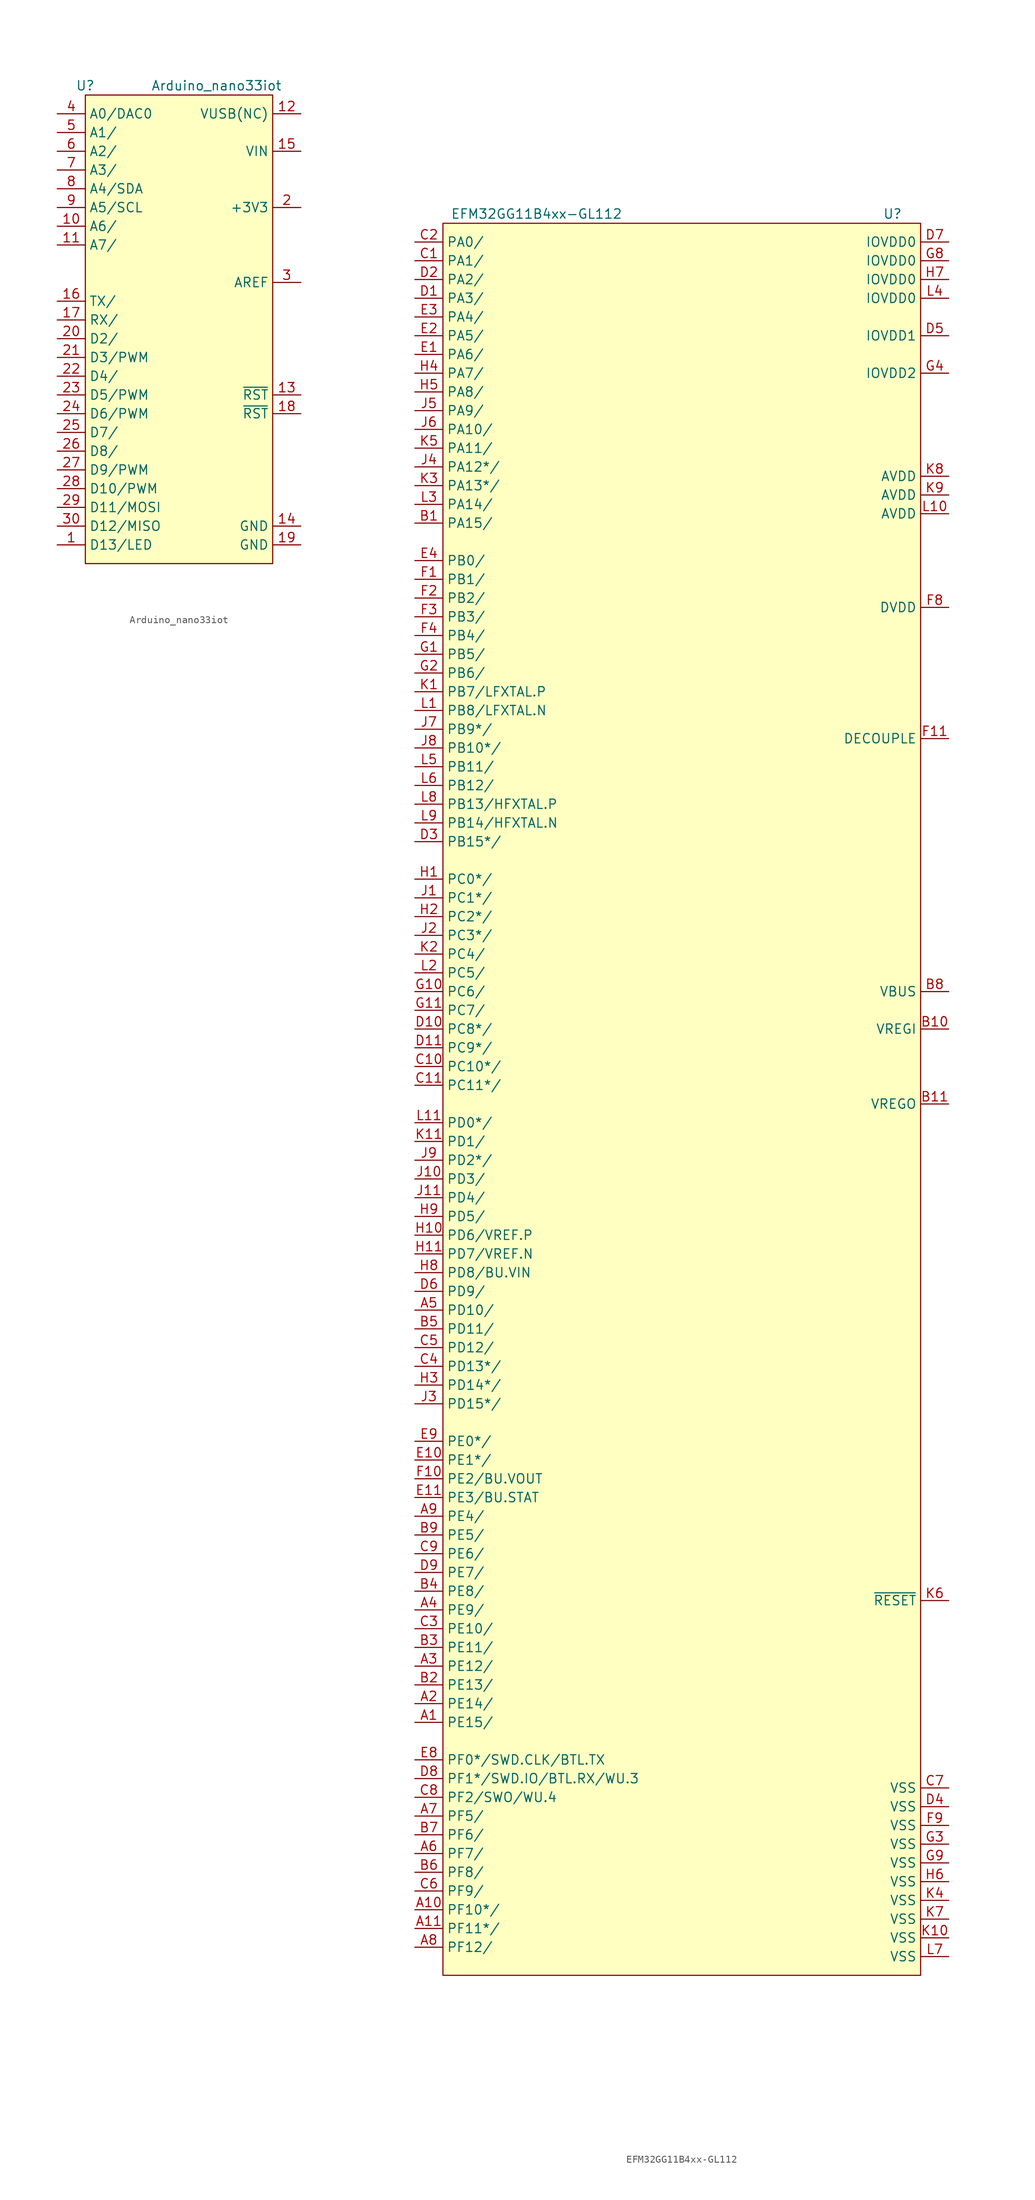
<source format=kicad_sym>
(kicad_symbol_lib
  (version 20231120)
  (generator "kicad_symbol_editor")
  (generator_version "8.0")
  (symbol "Arduino_nano33iot"
    (property "Reference" "U"
      (at -12.7 31.75 0)
      (effects (font (size 1.27 1.27))))
    (property "Value" "Arduino_nano33iot"
      (at 5.08 31.75 0)
      (effects (font (size 1.27 1.27))))
    (symbol "Arduino_nano33iot_0_1"
      (rectangle (start -12.7 30.48) (end 12.7 -33.02) (stroke (width 0.152) (type default)) (fill (type background))))
    (symbol "Arduino_nano33iot_1_1"
      (pin bidirectional line (at -16.51 -30.48 0) (length 3.81) (name "D13/LED" (effects (font (size 1.27 1.27)))) (number "1" (effects (font (size 1.27 1.27)))))
      (pin bidirectional line (at -16.51 12.7 0) (length 3.81) (name "A6/" (effects (font (size 1.27 1.27)))) (number "10" (effects (font (size 1.27 1.27)))))
      (pin bidirectional line (at -16.51 10.16 0) (length 3.81) (name "A7/" (effects (font (size 1.27 1.27)))) (number "11" (effects (font (size 1.27 1.27)))))
      (pin power_in line (at 16.51 27.94 180) (length 3.81) (name "VUSB(NC)" (effects (font (size 1.27 1.27)))) (number "12" (effects (font (size 1.27 1.27)))))
      (pin input line (at 16.51 -10.16 180) (length 3.81) (name "~{RST}" (effects (font (size 1.27 1.27)))) (number "13" (effects (font (size 1.27 1.27)))))
      (pin power_in line (at 16.51 -27.94 180) (length 3.81) (name "GND" (effects (font (size 1.27 1.27)))) (number "14" (effects (font (size 1.27 1.27)))))
      (pin power_in line (at 16.51 22.86 180) (length 3.81) (name "VIN" (effects (font (size 1.27 1.27)))) (number "15" (effects (font (size 1.27 1.27)))))
      (pin bidirectional line (at -16.51 2.54 0) (length 3.81) (name "TX/" (effects (font (size 1.27 1.27)))) (number "16" (effects (font (size 1.27 1.27)))))
      (pin bidirectional line (at -16.51 0 0) (length 3.81) (name "RX/" (effects (font (size 1.27 1.27)))) (number "17" (effects (font (size 1.27 1.27)))))
      (pin input line (at 16.51 -12.7 180) (length 3.81) (name "~{RST}" (effects (font (size 1.27 1.27)))) (number "18" (effects (font (size 1.27 1.27)))))
      (pin power_in line (at 16.51 -30.48 180) (length 3.81) (name "GND" (effects (font (size 1.27 1.27)))) (number "19" (effects (font (size 1.27 1.27)))))
      (pin power_out line (at 16.51 15.24 180) (length 3.81) (name "+3V3" (effects (font (size 1.27 1.27)))) (number "2" (effects (font (size 1.27 1.27)))))
      (pin bidirectional line (at -16.51 -2.54 0) (length 3.81) (name "D2/" (effects (font (size 1.27 1.27)))) (number "20" (effects (font (size 1.27 1.27)))))
      (pin bidirectional line (at -16.51 -5.08 0) (length 3.81) (name "D3/PWM" (effects (font (size 1.27 1.27)))) (number "21" (effects (font (size 1.27 1.27)))))
      (pin bidirectional line (at -16.51 -7.62 0) (length 3.81) (name "D4/" (effects (font (size 1.27 1.27)))) (number "22" (effects (font (size 1.27 1.27)))))
      (pin bidirectional line (at -16.51 -10.16 0) (length 3.81) (name "D5/PWM" (effects (font (size 1.27 1.27)))) (number "23" (effects (font (size 1.27 1.27)))))
      (pin bidirectional line (at -16.51 -12.7 0) (length 3.81) (name "D6/PWM" (effects (font (size 1.27 1.27)))) (number "24" (effects (font (size 1.27 1.27)))))
      (pin bidirectional line (at -16.51 -15.24 0) (length 3.81) (name "D7/" (effects (font (size 1.27 1.27)))) (number "25" (effects (font (size 1.27 1.27)))))
      (pin bidirectional line (at -16.51 -17.78 0) (length 3.81) (name "D8/" (effects (font (size 1.27 1.27)))) (number "26" (effects (font (size 1.27 1.27)))))
      (pin bidirectional line (at -16.51 -20.32 0) (length 3.81) (name "D9/PWM" (effects (font (size 1.27 1.27)))) (number "27" (effects (font (size 1.27 1.27)))))
      (pin bidirectional line (at -16.51 -22.86 0) (length 3.81) (name "D10/PWM" (effects (font (size 1.27 1.27)))) (number "28" (effects (font (size 1.27 1.27)))))
      (pin bidirectional line (at -16.51 -25.4 0) (length 3.81) (name "D11/MOSI" (effects (font (size 1.27 1.27)))) (number "29" (effects (font (size 1.27 1.27)))))
      (pin passive line (at 16.51 5.08 180) (length 3.81) (name "AREF" (effects (font (size 1.27 1.27)))) (number "3" (effects (font (size 1.27 1.27)))))
      (pin bidirectional line (at -16.51 -27.94 0) (length 3.81) (name "D12/MISO" (effects (font (size 1.27 1.27)))) (number "30" (effects (font (size 1.27 1.27)))))
      (pin bidirectional line (at -16.51 27.94 0) (length 3.81) (name "A0/DAC0" (effects (font (size 1.27 1.27)))) (number "4" (effects (font (size 1.27 1.27)))))
      (pin bidirectional line (at -16.51 25.4 0) (length 3.81) (name "A1/" (effects (font (size 1.27 1.27)))) (number "5" (effects (font (size 1.27 1.27)))))
      (pin bidirectional line (at -16.51 22.86 0) (length 3.81) (name "A2/" (effects (font (size 1.27 1.27)))) (number "6" (effects (font (size 1.27 1.27)))))
      (pin bidirectional line (at -16.51 20.32 0) (length 3.81) (name "A3/" (effects (font (size 1.27 1.27)))) (number "7" (effects (font (size 1.27 1.27)))))
      (pin bidirectional line (at -16.51 17.78 0) (length 3.81) (name "A4/SDA" (effects (font (size 1.27 1.27)))) (number "8" (effects (font (size 1.27 1.27)))))
      (pin bidirectional line (at -16.51 15.24 0) (length 3.81) (name "A5/SCL" (effects (font (size 1.27 1.27)))) (number "9" (effects (font (size 1.27 1.27)))))))
  (symbol "EFM32GG11B4xx-GL112"
    (property "Reference" "U"
      (at 30.48 120.65 0)
      (effects (font (size 1.27 1.27))))
    (property "Value" "EFM32GG11B4xx-GL112"
      (at -17.78 120.65 0)
      (effects (font (size 1.27 1.27))))
    (symbol "EFM32GG11B4xx-GL112_0_1"
      (rectangle (start -30.48 119.38) (end 34.29 -118.11) (stroke (width 0) (type default)) (fill (type background))))
    (symbol "EFM32GG11B4xx-GL112_1_1"
      (pin bidirectional line (at -34.29 -83.82 0) (length 3.81) (name "PE15/" (effects (font (size 1.27 1.27)))) (number "A1" (effects (font (size 1.27 1.27)))))
      (pin bidirectional line (at -34.29 -109.22 0) (length 3.81) (name "PF10*/" (effects (font (size 1.27 1.27)))) (number "A10" (effects (font (size 1.27 1.27)))))
      (pin bidirectional line (at -34.29 -111.76 0) (length 3.81) (name "PF11*/" (effects (font (size 1.27 1.27)))) (number "A11" (effects (font (size 1.27 1.27)))))
      (pin bidirectional line (at -34.29 -81.28 0) (length 3.81) (name "PE14/" (effects (font (size 1.27 1.27)))) (number "A2" (effects (font (size 1.27 1.27)))))
      (pin bidirectional line (at -34.29 -76.2 0) (length 3.81) (name "PE12/" (effects (font (size 1.27 1.27)))) (number "A3" (effects (font (size 1.27 1.27)))))
      (pin bidirectional line (at -34.29 -68.58 0) (length 3.81) (name "PE9/" (effects (font (size 1.27 1.27)))) (number "A4" (effects (font (size 1.27 1.27)))))
      (pin bidirectional line (at -34.29 -27.94 0) (length 3.81) (name "PD10/" (effects (font (size 1.27 1.27)))) (number "A5" (effects (font (size 1.27 1.27)))))
      (pin bidirectional line (at -34.29 -101.6 0) (length 3.81) (name "PF7/" (effects (font (size 1.27 1.27)))) (number "A6" (effects (font (size 1.27 1.27)))))
      (pin bidirectional line (at -34.29 -96.52 0) (length 3.81) (name "PF5/" (effects (font (size 1.27 1.27)))) (number "A7" (effects (font (size 1.27 1.27)))))
      (pin bidirectional line (at -34.29 -114.3 0) (length 3.81) (name "PF12/" (effects (font (size 1.27 1.27)))) (number "A8" (effects (font (size 1.27 1.27)))))
      (pin bidirectional line (at -34.29 -55.88 0) (length 3.81) (name "PE4/" (effects (font (size 1.27 1.27)))) (number "A9" (effects (font (size 1.27 1.27)))))
      (pin bidirectional line (at -34.29 78.74 0) (length 3.81) (name "PA15/" (effects (font (size 1.27 1.27)))) (number "B1" (effects (font (size 1.27 1.27)))))
      (pin power_in line (at 38.1 10.16 180) (length 3.81) (name "VREGI" (effects (font (size 1.27 1.27)))) (number "B10" (effects (font (size 1.27 1.27)))))
      (pin power_out line (at 38.1 0 180) (length 3.81) (name "VREGO" (effects (font (size 1.27 1.27)))) (number "B11" (effects (font (size 1.27 1.27)))))
      (pin bidirectional line (at -34.29 -78.74 0) (length 3.81) (name "PE13/" (effects (font (size 1.27 1.27)))) (number "B2" (effects (font (size 1.27 1.27)))))
      (pin bidirectional line (at -34.29 -73.66 0) (length 3.81) (name "PE11/" (effects (font (size 1.27 1.27)))) (number "B3" (effects (font (size 1.27 1.27)))))
      (pin bidirectional line (at -34.29 -66.04 0) (length 3.81) (name "PE8/" (effects (font (size 1.27 1.27)))) (number "B4" (effects (font (size 1.27 1.27)))))
      (pin bidirectional line (at -34.29 -30.48 0) (length 3.81) (name "PD11/" (effects (font (size 1.27 1.27)))) (number "B5" (effects (font (size 1.27 1.27)))))
      (pin bidirectional line (at -34.29 -104.14 0) (length 3.81) (name "PF8/" (effects (font (size 1.27 1.27)))) (number "B6" (effects (font (size 1.27 1.27)))))
      (pin bidirectional line (at -34.29 -99.06 0) (length 3.81) (name "PF6/" (effects (font (size 1.27 1.27)))) (number "B7" (effects (font (size 1.27 1.27)))))
      (pin passive line (at 38.1 15.24 180) (length 3.81) (name "VBUS" (effects (font (size 1.27 1.27)))) (number "B8" (effects (font (size 1.27 1.27)))))
      (pin bidirectional line (at -34.29 -58.42 0) (length 3.81) (name "PE5/" (effects (font (size 1.27 1.27)))) (number "B9" (effects (font (size 1.27 1.27)))))
      (pin bidirectional line (at -34.29 114.3 0) (length 3.81) (name "PA1/" (effects (font (size 1.27 1.27)))) (number "C1" (effects (font (size 1.27 1.27)))))
      (pin bidirectional line (at -34.29 5.08 0) (length 3.81) (name "PC10*/" (effects (font (size 1.27 1.27)))) (number "C10" (effects (font (size 1.27 1.27)))))
      (pin bidirectional line (at -34.29 2.54 0) (length 3.81) (name "PC11*/" (effects (font (size 1.27 1.27)))) (number "C11" (effects (font (size 1.27 1.27)))))
      (pin bidirectional line (at -34.29 116.84 0) (length 3.81) (name "PA0/" (effects (font (size 1.27 1.27)))) (number "C2" (effects (font (size 1.27 1.27)))))
      (pin bidirectional line (at -34.29 -71.12 0) (length 3.81) (name "PE10/" (effects (font (size 1.27 1.27)))) (number "C3" (effects (font (size 1.27 1.27)))))
      (pin bidirectional line (at -34.29 -35.56 0) (length 3.81) (name "PD13*/" (effects (font (size 1.27 1.27)))) (number "C4" (effects (font (size 1.27 1.27)))))
      (pin bidirectional line (at -34.29 -33.02 0) (length 3.81) (name "PD12/" (effects (font (size 1.27 1.27)))) (number "C5" (effects (font (size 1.27 1.27)))))
      (pin bidirectional line (at -34.29 -106.68 0) (length 3.81) (name "PF9/" (effects (font (size 1.27 1.27)))) (number "C6" (effects (font (size 1.27 1.27)))))
      (pin power_in line (at 38.1 -92.71 180) (length 3.81) (name "VSS" (effects (font (size 1.27 1.27)))) (number "C7" (effects (font (size 1.27 1.27)))))
      (pin bidirectional line (at -34.29 -93.98 0) (length 3.81) (name "PF2/SWO/WU.4" (effects (font (size 1.27 1.27)))) (number "C8" (effects (font (size 1.27 1.27)))))
      (pin bidirectional line (at -34.29 -60.96 0) (length 3.81) (name "PE6/" (effects (font (size 1.27 1.27)))) (number "C9" (effects (font (size 1.27 1.27)))))
      (pin bidirectional line (at -34.29 109.22 0) (length 3.81) (name "PA3/" (effects (font (size 1.27 1.27)))) (number "D1" (effects (font (size 1.27 1.27)))))
      (pin bidirectional line (at -34.29 10.16 0) (length 3.81) (name "PC8*/" (effects (font (size 1.27 1.27)))) (number "D10" (effects (font (size 1.27 1.27)))))
      (pin bidirectional line (at -34.29 7.62 0) (length 3.81) (name "PC9*/" (effects (font (size 1.27 1.27)))) (number "D11" (effects (font (size 1.27 1.27)))))
      (pin bidirectional line (at -34.29 111.76 0) (length 3.81) (name "PA2/" (effects (font (size 1.27 1.27)))) (number "D2" (effects (font (size 1.27 1.27)))))
      (pin bidirectional line (at -34.29 35.56 0) (length 3.81) (name "PB15*/" (effects (font (size 1.27 1.27)))) (number "D3" (effects (font (size 1.27 1.27)))))
      (pin power_in line (at 38.1 -95.25 180) (length 3.81) (name "VSS" (effects (font (size 1.27 1.27)))) (number "D4" (effects (font (size 1.27 1.27)))))
      (pin power_in line (at 38.1 104.14 180) (length 3.81) (name "IOVDD1" (effects (font (size 1.27 1.27)))) (number "D5" (effects (font (size 1.27 1.27)))))
      (pin bidirectional line (at -34.29 -25.4 0) (length 3.81) (name "PD9/" (effects (font (size 1.27 1.27)))) (number "D6" (effects (font (size 1.27 1.27)))))
      (pin power_in line (at 38.1 116.84 180) (length 3.81) (name "IOVDD0" (effects (font (size 1.27 1.27)))) (number "D7" (effects (font (size 1.27 1.27)))))
      (pin bidirectional line (at -34.29 -91.44 0) (length 3.81) (name "PF1*/SWD.IO/BTL.RX/WU.3" (effects (font (size 1.27 1.27)))) (number "D8" (effects (font (size 1.27 1.27)))))
      (pin bidirectional line (at -34.29 -63.5 0) (length 3.81) (name "PE7/" (effects (font (size 1.27 1.27)))) (number "D9" (effects (font (size 1.27 1.27)))))
      (pin bidirectional line (at -34.29 101.6 0) (length 3.81) (name "PA6/" (effects (font (size 1.27 1.27)))) (number "E1" (effects (font (size 1.27 1.27)))))
      (pin bidirectional line (at -34.29 -48.26 0) (length 3.81) (name "PE1*/" (effects (font (size 1.27 1.27)))) (number "E10" (effects (font (size 1.27 1.27)))))
      (pin bidirectional line (at -34.29 -53.34 0) (length 3.81) (name "PE3/BU.STAT" (effects (font (size 1.27 1.27)))) (number "E11" (effects (font (size 1.27 1.27)))))
      (pin bidirectional line (at -34.29 104.14 0) (length 3.81) (name "PA5/" (effects (font (size 1.27 1.27)))) (number "E2" (effects (font (size 1.27 1.27)))))
      (pin bidirectional line (at -34.29 106.68 0) (length 3.81) (name "PA4/" (effects (font (size 1.27 1.27)))) (number "E3" (effects (font (size 1.27 1.27)))))
      (pin bidirectional line (at -34.29 73.66 0) (length 3.81) (name "PB0/" (effects (font (size 1.27 1.27)))) (number "E4" (effects (font (size 1.27 1.27)))))
      (pin bidirectional line (at -34.29 -88.9 0) (length 3.81) (name "PF0*/SWD.CLK/BTL.TX" (effects (font (size 1.27 1.27)))) (number "E8" (effects (font (size 1.27 1.27)))))
      (pin bidirectional line (at -34.29 -45.72 0) (length 3.81) (name "PE0*/" (effects (font (size 1.27 1.27)))) (number "E9" (effects (font (size 1.27 1.27)))))
      (pin bidirectional line (at -34.29 71.12 0) (length 3.81) (name "PB1/" (effects (font (size 1.27 1.27)))) (number "F1" (effects (font (size 1.27 1.27)))))
      (pin bidirectional line (at -34.29 -50.8 0) (length 3.81) (name "PE2/BU.VOUT" (effects (font (size 1.27 1.27)))) (number "F10" (effects (font (size 1.27 1.27)))))
      (pin passive line (at 38.1 49.53 180) (length 3.81) (name "DECOUPLE" (effects (font (size 1.27 1.27)))) (number "F11" (effects (font (size 1.27 1.27)))))
      (pin bidirectional line (at -34.29 68.58 0) (length 3.81) (name "PB2/" (effects (font (size 1.27 1.27)))) (number "F2" (effects (font (size 1.27 1.27)))))
      (pin bidirectional line (at -34.29 66.04 0) (length 3.81) (name "PB3/" (effects (font (size 1.27 1.27)))) (number "F3" (effects (font (size 1.27 1.27)))))
      (pin bidirectional line (at -34.29 63.5 0) (length 3.81) (name "PB4/" (effects (font (size 1.27 1.27)))) (number "F4" (effects (font (size 1.27 1.27)))))
      (pin power_in line (at 38.1 67.31 180) (length 3.81) (name "DVDD" (effects (font (size 1.27 1.27)))) (number "F8" (effects (font (size 1.27 1.27)))))
      (pin power_in line (at 38.1 -97.79 180) (length 3.81) (name "VSS" (effects (font (size 1.27 1.27)))) (number "F9" (effects (font (size 1.27 1.27)))))
      (pin bidirectional line (at -34.29 60.96 0) (length 3.81) (name "PB5/" (effects (font (size 1.27 1.27)))) (number "G1" (effects (font (size 1.27 1.27)))))
      (pin bidirectional line (at -34.29 15.24 0) (length 3.81) (name "PC6/" (effects (font (size 1.27 1.27)))) (number "G10" (effects (font (size 1.27 1.27)))))
      (pin bidirectional line (at -34.29 12.7 0) (length 3.81) (name "PC7/" (effects (font (size 1.27 1.27)))) (number "G11" (effects (font (size 1.27 1.27)))))
      (pin bidirectional line (at -34.29 58.42 0) (length 3.81) (name "PB6/" (effects (font (size 1.27 1.27)))) (number "G2" (effects (font (size 1.27 1.27)))))
      (pin power_in line (at 38.1 -100.33 180) (length 3.81) (name "VSS" (effects (font (size 1.27 1.27)))) (number "G3" (effects (font (size 1.27 1.27)))))
      (pin power_in line (at 38.1 99.06 180) (length 3.81) (name "IOVDD2" (effects (font (size 1.27 1.27)))) (number "G4" (effects (font (size 1.27 1.27)))))
      (pin power_in line (at 38.1 114.3 180) (length 3.81) (name "IOVDD0" (effects (font (size 1.27 1.27)))) (number "G8" (effects (font (size 1.27 1.27)))))
      (pin power_in line (at 38.1 -102.87 180) (length 3.81) (name "VSS" (effects (font (size 1.27 1.27)))) (number "G9" (effects (font (size 1.27 1.27)))))
      (pin bidirectional line (at -34.29 30.48 0) (length 3.81) (name "PC0*/" (effects (font (size 1.27 1.27)))) (number "H1" (effects (font (size 1.27 1.27)))))
      (pin bidirectional line (at -34.29 -17.78 0) (length 3.81) (name "PD6/VREF.P" (effects (font (size 1.27 1.27)))) (number "H10" (effects (font (size 1.27 1.27)))))
      (pin bidirectional line (at -34.29 -20.32 0) (length 3.81) (name "PD7/VREF.N" (effects (font (size 1.27 1.27)))) (number "H11" (effects (font (size 1.27 1.27)))))
      (pin bidirectional line (at -34.29 25.4 0) (length 3.81) (name "PC2*/" (effects (font (size 1.27 1.27)))) (number "H2" (effects (font (size 1.27 1.27)))))
      (pin bidirectional line (at -34.29 -38.1 0) (length 3.81) (name "PD14*/" (effects (font (size 1.27 1.27)))) (number "H3" (effects (font (size 1.27 1.27)))))
      (pin bidirectional line (at -34.29 99.06 0) (length 3.81) (name "PA7/" (effects (font (size 1.27 1.27)))) (number "H4" (effects (font (size 1.27 1.27)))))
      (pin bidirectional line (at -34.29 96.52 0) (length 3.81) (name "PA8/" (effects (font (size 1.27 1.27)))) (number "H5" (effects (font (size 1.27 1.27)))))
      (pin power_in line (at 38.1 -105.41 180) (length 3.81) (name "VSS" (effects (font (size 1.27 1.27)))) (number "H6" (effects (font (size 1.27 1.27)))))
      (pin power_in line (at 38.1 111.76 180) (length 3.81) (name "IOVDD0" (effects (font (size 1.27 1.27)))) (number "H7" (effects (font (size 1.27 1.27)))))
      (pin bidirectional line (at -34.29 -22.86 0) (length 3.81) (name "PD8/BU.VIN" (effects (font (size 1.27 1.27)))) (number "H8" (effects (font (size 1.27 1.27)))))
      (pin bidirectional line (at -34.29 -15.24 0) (length 3.81) (name "PD5/" (effects (font (size 1.27 1.27)))) (number "H9" (effects (font (size 1.27 1.27)))))
      (pin bidirectional line (at -34.29 27.94 0) (length 3.81) (name "PC1*/" (effects (font (size 1.27 1.27)))) (number "J1" (effects (font (size 1.27 1.27)))))
      (pin bidirectional line (at -34.29 -10.16 0) (length 3.81) (name "PD3/" (effects (font (size 1.27 1.27)))) (number "J10" (effects (font (size 1.27 1.27)))))
      (pin bidirectional line (at -34.29 -12.7 0) (length 3.81) (name "PD4/" (effects (font (size 1.27 1.27)))) (number "J11" (effects (font (size 1.27 1.27)))))
      (pin bidirectional line (at -34.29 22.86 0) (length 3.81) (name "PC3*/" (effects (font (size 1.27 1.27)))) (number "J2" (effects (font (size 1.27 1.27)))))
      (pin bidirectional line (at -34.29 -40.64 0) (length 3.81) (name "PD15*/" (effects (font (size 1.27 1.27)))) (number "J3" (effects (font (size 1.27 1.27)))))
      (pin bidirectional line (at -34.29 86.36 0) (length 3.81) (name "PA12*/" (effects (font (size 1.27 1.27)))) (number "J4" (effects (font (size 1.27 1.27)))))
      (pin bidirectional line (at -34.29 93.98 0) (length 3.81) (name "PA9/" (effects (font (size 1.27 1.27)))) (number "J5" (effects (font (size 1.27 1.27)))))
      (pin bidirectional line (at -34.29 91.44 0) (length 3.81) (name "PA10/" (effects (font (size 1.27 1.27)))) (number "J6" (effects (font (size 1.27 1.27)))))
      (pin bidirectional line (at -34.29 50.8 0) (length 3.81) (name "PB9*/" (effects (font (size 1.27 1.27)))) (number "J7" (effects (font (size 1.27 1.27)))))
      (pin bidirectional line (at -34.29 48.26 0) (length 3.81) (name "PB10*/" (effects (font (size 1.27 1.27)))) (number "J8" (effects (font (size 1.27 1.27)))))
      (pin bidirectional line (at -34.29 -7.62 0) (length 3.81) (name "PD2*/" (effects (font (size 1.27 1.27)))) (number "J9" (effects (font (size 1.27 1.27)))))
      (pin bidirectional line (at -34.29 55.88 0) (length 3.81) (name "PB7/LFXTAL.P" (effects (font (size 1.27 1.27)))) (number "K1" (effects (font (size 1.27 1.27)))))
      (pin power_in line (at 38.1 -113.03 180) (length 3.81) (name "VSS" (effects (font (size 1.27 1.27)))) (number "K10" (effects (font (size 1.27 1.27)))))
      (pin bidirectional line (at -34.29 -5.08 0) (length 3.81) (name "PD1/" (effects (font (size 1.27 1.27)))) (number "K11" (effects (font (size 1.27 1.27)))))
      (pin bidirectional line (at -34.29 20.32 0) (length 3.81) (name "PC4/" (effects (font (size 1.27 1.27)))) (number "K2" (effects (font (size 1.27 1.27)))))
      (pin bidirectional line (at -34.29 83.82 0) (length 3.81) (name "PA13*/" (effects (font (size 1.27 1.27)))) (number "K3" (effects (font (size 1.27 1.27)))))
      (pin power_in line (at 38.1 -107.95 180) (length 3.81) (name "VSS" (effects (font (size 1.27 1.27)))) (number "K4" (effects (font (size 1.27 1.27)))))
      (pin bidirectional line (at -34.29 88.9 0) (length 3.81) (name "PA11/" (effects (font (size 1.27 1.27)))) (number "K5" (effects (font (size 1.27 1.27)))))
      (pin input line (at 38.1 -67.31 180) (length 3.81) (name "~{RESET}" (effects (font (size 1.27 1.27)))) (number "K6" (effects (font (size 1.27 1.27)))))
      (pin power_in line (at 38.1 -110.49 180) (length 3.81) (name "VSS" (effects (font (size 1.27 1.27)))) (number "K7" (effects (font (size 1.27 1.27)))))
      (pin power_in line (at 38.1 85.09 180) (length 3.81) (name "AVDD" (effects (font (size 1.27 1.27)))) (number "K8" (effects (font (size 1.27 1.27)))))
      (pin power_in line (at 38.1 82.55 180) (length 3.81) (name "AVDD" (effects (font (size 1.27 1.27)))) (number "K9" (effects (font (size 1.27 1.27)))))
      (pin bidirectional line (at -34.29 53.34 0) (length 3.81) (name "PB8/LFXTAL.N" (effects (font (size 1.27 1.27)))) (number "L1" (effects (font (size 1.27 1.27)))))
      (pin power_in line (at 38.1 80.01 180) (length 3.81) (name "AVDD" (effects (font (size 1.27 1.27)))) (number "L10" (effects (font (size 1.27 1.27)))))
      (pin bidirectional line (at -34.29 -2.54 0) (length 3.81) (name "PD0*/" (effects (font (size 1.27 1.27)))) (number "L11" (effects (font (size 1.27 1.27)))))
      (pin bidirectional line (at -34.29 17.78 0) (length 3.81) (name "PC5/" (effects (font (size 1.27 1.27)))) (number "L2" (effects (font (size 1.27 1.27)))))
      (pin bidirectional line (at -34.29 81.28 0) (length 3.81) (name "PA14/" (effects (font (size 1.27 1.27)))) (number "L3" (effects (font (size 1.27 1.27)))))
      (pin power_in line (at 38.1 109.22 180) (length 3.81) (name "IOVDD0" (effects (font (size 1.27 1.27)))) (number "L4" (effects (font (size 1.27 1.27)))))
      (pin bidirectional line (at -34.29 45.72 0) (length 3.81) (name "PB11/" (effects (font (size 1.27 1.27)))) (number "L5" (effects (font (size 1.27 1.27)))))
      (pin bidirectional line (at -34.29 43.18 0) (length 3.81) (name "PB12/" (effects (font (size 1.27 1.27)))) (number "L6" (effects (font (size 1.27 1.27)))))
      (pin power_in line (at 38.1 -115.57 180) (length 3.81) (name "VSS" (effects (font (size 1.27 1.27)))) (number "L7" (effects (font (size 1.27 1.27)))))
      (pin bidirectional line (at -34.29 40.64 0) (length 3.81) (name "PB13/HFXTAL.P" (effects (font (size 1.27 1.27)))) (number "L8" (effects (font (size 1.27 1.27)))))
      (pin bidirectional line (at -34.29 38.1 0) (length 3.81) (name "PB14/HFXTAL.N" (effects (font (size 1.27 1.27)))) (number "L9" (effects (font (size 1.27 1.27))))))))
</source>
